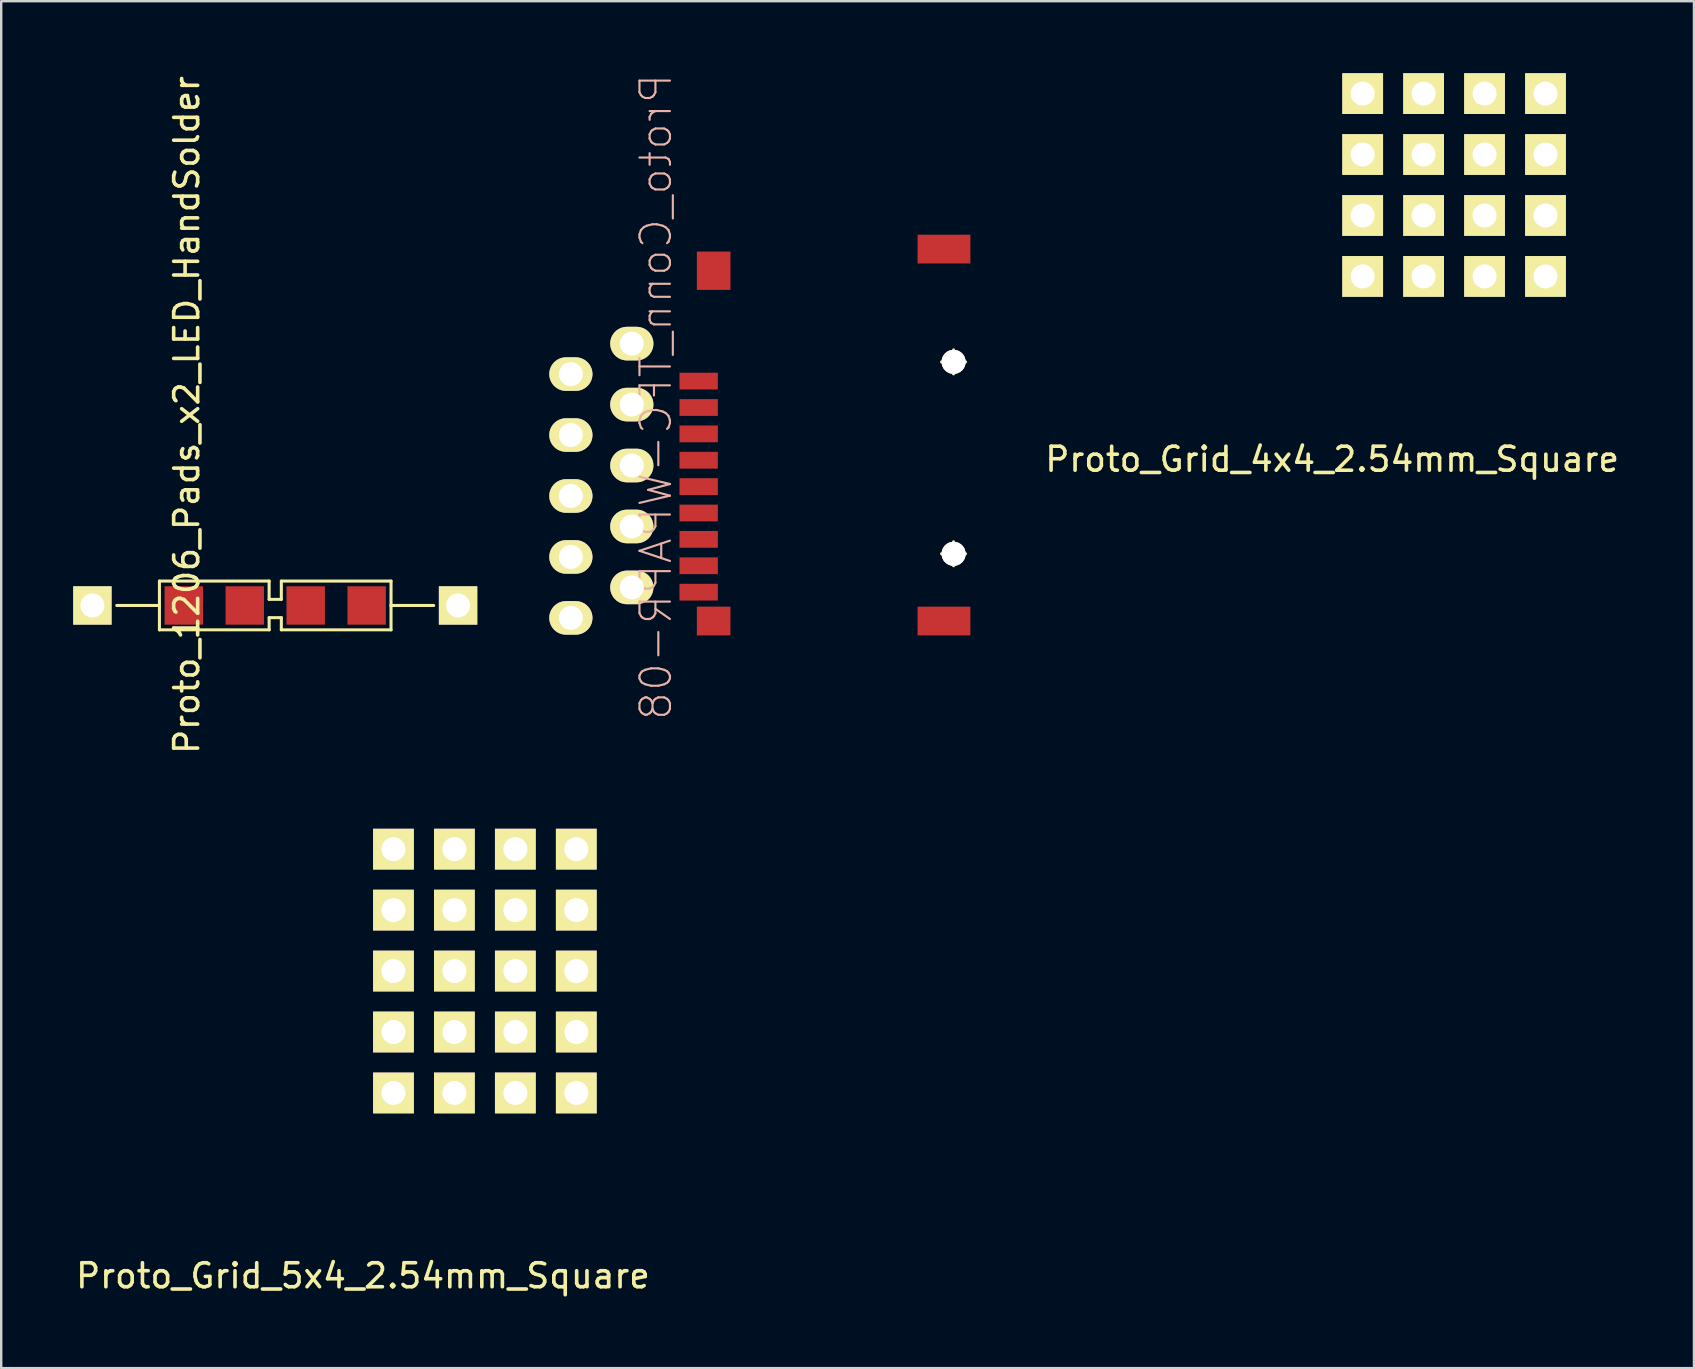
<source format=kicad_pcb>
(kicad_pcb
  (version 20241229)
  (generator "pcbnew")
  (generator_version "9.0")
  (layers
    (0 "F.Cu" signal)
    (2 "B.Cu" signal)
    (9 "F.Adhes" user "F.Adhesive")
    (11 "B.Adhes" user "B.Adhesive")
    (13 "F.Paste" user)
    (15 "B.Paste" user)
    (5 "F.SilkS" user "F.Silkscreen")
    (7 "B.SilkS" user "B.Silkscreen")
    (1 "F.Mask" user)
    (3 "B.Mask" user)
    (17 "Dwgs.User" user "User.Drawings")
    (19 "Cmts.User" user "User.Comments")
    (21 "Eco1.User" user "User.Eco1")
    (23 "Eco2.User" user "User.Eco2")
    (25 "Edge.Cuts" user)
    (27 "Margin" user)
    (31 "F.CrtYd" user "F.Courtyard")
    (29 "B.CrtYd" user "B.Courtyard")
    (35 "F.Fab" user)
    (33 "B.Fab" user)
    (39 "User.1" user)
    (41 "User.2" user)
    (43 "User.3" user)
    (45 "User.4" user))
  (footprint "Proto_Grid_5x4_2.54mm_Square"
    (layer "F.Cu")
    (at 13.347 42.498)
    (property "Reference" "Proto_Grid_5x4_2.54mm_Square" (at -1.27 7.62 180) (layer "F.SilkS") (effects (font (size 1 1) (thickness 0.15))))
    (attr through_hole)
    (pad "1" thru_hole rect (at 2.54 -5.08) (size 1.7 1.7) (drill 1) (layers "*.Cu" "*.Mask" "F.SilkS"))
    (pad "2" thru_hole rect (at 5.08 -5.08) (size 1.7 1.7) (drill 1) (layers "*.Cu" "*.Mask" "F.SilkS"))
    (pad "3" thru_hole rect (at 5.08 -2.54) (size 1.7 1.7) (drill 1) (layers "*.Cu" "*.Mask" "F.SilkS"))
    (pad "4" thru_hole rect (at 2.54 -2.54) (size 1.7 1.7) (drill 1) (layers "*.Cu" "*.Mask" "F.SilkS"))
    (pad "5" thru_hole rect (at 0 -2.54) (size 1.7 1.7) (drill 1) (layers "*.Cu" "*.Mask" "F.SilkS"))
    (pad "6" thru_hole rect (at 0 -5.08) (size 1.7 1.7) (drill 1) (layers "*.Cu" "*.Mask" "F.SilkS"))
    (pad "7" thru_hole rect (at 0 -7.62) (size 1.7 1.7) (drill 1) (layers "*.Cu" "*.Mask" "F.SilkS"))
    (pad "8" thru_hole rect (at 2.54 -7.62) (size 1.7 1.7) (drill 1) (layers "*.Cu" "*.Mask" "F.SilkS"))
    (pad "9" thru_hole rect (at 5.08 -7.62) (size 1.7 1.7) (drill 1) (layers "*.Cu" "*.Mask" "F.SilkS"))
    (pad "10" thru_hole rect (at 7.62 -7.62) (size 1.7 1.7) (drill 1) (layers "*.Cu" "*.Mask" "F.SilkS"))
    (pad "11" thru_hole rect (at 7.62 -5.08) (size 1.7 1.7) (drill 1) (layers "*.Cu" "*.Mask" "F.SilkS"))
    (pad "12" thru_hole rect (at 7.62 -2.54) (size 1.7 1.7) (drill 1) (layers "*.Cu" "*.Mask" "F.SilkS"))
    (pad "13" thru_hole rect (at 7.62 0) (size 1.7 1.7) (drill 1) (layers "*.Cu" "*.Mask" "F.SilkS"))
    (pad "14" thru_hole rect (at 5.08 0) (size 1.7 1.7) (drill 1) (layers "*.Cu" "*.Mask" "F.SilkS"))
    (pad "15" thru_hole rect (at 2.54 0) (size 1.7 1.7) (drill 1) (layers "*.Cu" "*.Mask" "F.SilkS"))
    (pad "16" thru_hole rect (at 0 0) (size 1.7 1.7) (drill 1) (layers "*.Cu" "*.Mask" "F.SilkS"))
    (pad "17" thru_hole rect (at 0 -10.16) (size 1.7 1.7) (drill 1) (layers "*.Cu" "*.Mask" "F.SilkS"))
    (pad "18" thru_hole rect (at 2.54 -10.16) (size 1.7 1.7) (drill 1) (layers "*.Cu" "*.Mask" "F.SilkS"))
    (pad "19" thru_hole rect (at 5.08 -10.16) (size 1.7 1.7) (drill 1) (layers "*.Cu" "*.Mask" "F.SilkS"))
    (pad "20" thru_hole rect (at 7.62 -10.16) (size 1.7 1.7) (drill 1) (layers "*.Cu" "*.Mask" "F.SilkS")))
  (footprint "Proto_Conn_TFC-WPAPR-08"
    (layer "F.Cu")
    (at 33.44 15.08)
    (property "Reference" "Proto_Conn_TFC-WPAPR-08" (at -9.154 -1.587 90) (layer "B.SilkS") (effects (font (size 1.27 1.27) (thickness 0.089)) (justify mirror)))
    (attr smd)
    (fp_line (start 2.748 -3.048) (end 3.749 -3.048) (stroke (width 0.127) (type solid)) (layer "F.SilkS"))
    (fp_line (start 2.748 4.948) (end 3.749 4.948) (stroke (width 0.127) (type solid)) (layer "F.SilkS"))
    (fp_line (start 3.249 -2.548) (end 3.249 -3.548) (stroke (width 0.127) (type solid)) (layer "F.SilkS"))
    (fp_line (start 3.249 5.448) (end 3.249 4.448) (stroke (width 0.127) (type solid)) (layer "F.SilkS"))
    (fp_circle (center 3.249 -3.048) (end 3.498 -3.297) (stroke (width 0.127) (type solid)) (fill no) (layer "F.SilkS"))
    (fp_circle (center 3.249 4.948) (end 3.498 5.197) (stroke (width 0.127) (type solid)) (fill no) (layer "F.SilkS"))
    (pad "0" thru_hole circle (at 3.25 -3.05) (size 1 1) (drill 1) (layers "*.Cu" "*.Mask" "F.SilkS"))
    (pad "0" thru_hole circle (at 3.25 4.95) (size 1 1) (drill 1) (layers "*.Cu" "*.Mask" "F.SilkS"))
    (pad "1" thru_hole oval (at -10.16 -3.81) (size 1.8 1.4) (drill 1) (layers "*.Cu" "*.Mask" "F.SilkS"))
    (pad "1" smd rect (at -7.374 -2.248 270) (size 0.699 1.598) (layers "F.Cu" "F.Mask" "F.Paste"))
    (pad "2" thru_hole oval (at -12.7 -2.54) (size 1.8 1.4) (drill 1) (layers "*.Cu" "*.Mask" "F.SilkS"))
    (pad "2" smd rect (at -7.374 -1.148 270) (size 0.699 1.598) (layers "F.Cu" "F.Mask" "F.Paste"))
    (pad "3" thru_hole oval (at -10.16 -1.27) (size 1.8 1.4) (drill 1) (layers "*.Cu" "*.Mask" "F.SilkS"))
    (pad "3" smd rect (at -7.374 -0.048 270) (size 0.699 1.598) (layers "F.Cu" "F.Mask" "F.Paste"))
    (pad "4" thru_hole oval (at -12.7 0) (size 1.8 1.4) (drill 1) (layers "*.Cu" "*.Mask" "F.SilkS"))
    (pad "4" smd rect (at -7.374 1.049 270) (size 0.699 1.598) (layers "F.Cu" "F.Mask" "F.Paste"))
    (pad "5" thru_hole oval (at -10.16 1.27) (size 1.8 1.4) (drill 1) (layers "*.Cu" "*.Mask" "F.SilkS"))
    (pad "5" smd rect (at -7.374 2.149 270) (size 0.699 1.598) (layers "F.Cu" "F.Mask" "F.Paste"))
    (pad "6" thru_hole oval (at -12.7 2.54) (size 1.8 1.4) (drill 1) (layers "*.Cu" "*.Mask" "F.SilkS"))
    (pad "6" smd rect (at -7.374 3.249 270) (size 0.699 1.598) (layers "F.Cu" "F.Mask" "F.Paste"))
    (pad "7" thru_hole oval (at -10.16 3.81) (size 1.8 1.4) (drill 1) (layers "*.Cu" "*.Mask" "F.SilkS"))
    (pad "7" smd rect (at -7.374 4.348 270) (size 0.699 1.598) (layers "F.Cu" "F.Mask" "F.Paste"))
    (pad "8" thru_hole oval (at -12.7 5.08) (size 1.8 1.4) (drill 1) (layers "*.Cu" "*.Mask" "F.SilkS"))
    (pad "8" smd rect (at -7.374 5.448 270) (size 0.699 1.598) (layers "F.Cu" "F.Mask" "F.Paste"))
    (pad "9" thru_hole oval (at -10.16 6.35) (size 1.8 1.4) (drill 1) (layers "*.Cu" "*.Mask" "F.SilkS"))
    (pad "9" smd rect (at -7.374 6.548 270) (size 0.699 1.598) (layers "F.Cu" "F.Mask" "F.Paste"))
    (pad "10" thru_hole oval (at -12.7 7.62) (size 1.8 1.4) (drill 1) (layers "*.Cu" "*.Mask" "F.SilkS"))
    (pad "10" smd rect (at -6.749 7.75 270) (size 1.199 1.4) (layers "F.Cu" "F.Mask" "F.Paste"))
    (pad "11" smd rect (at -6.749 -6.848 270) (size 1.598 1.4) (layers "F.Cu" "F.Mask" "F.Paste"))
    (pad "12" smd rect (at 2.85 7.75 270) (size 1.199 2.2) (layers "F.Cu" "F.Mask" "F.Paste"))
    (pad "13" smd rect (at 2.85 -7.75 270) (size 1.199 2.2) (layers "F.Cu" "F.Mask" "F.Paste")))
  (footprint "Proto_Grid_4x4_2.54mm_Square"
    (layer "F.Cu")
    (at 53.737 8.47)
    (property "Reference" "Proto_Grid_4x4_2.54mm_Square" (at -1.27 7.62 0) (layer "F.SilkS") (effects (font (size 1 1) (thickness 0.15))))
    (attr through_hole)
    (pad "1" thru_hole rect (at 2.54 -5.08) (size 1.7 1.7) (drill 1) (layers "*.Cu" "*.Mask" "F.SilkS"))
    (pad "2" thru_hole rect (at 5.08 -5.08) (size 1.7 1.7) (drill 1) (layers "*.Cu" "*.Mask" "F.SilkS"))
    (pad "3" thru_hole rect (at 5.08 -2.54) (size 1.7 1.7) (drill 1) (layers "*.Cu" "*.Mask" "F.SilkS"))
    (pad "4" thru_hole rect (at 2.54 -2.54) (size 1.7 1.7) (drill 1) (layers "*.Cu" "*.Mask" "F.SilkS"))
    (pad "5" thru_hole rect (at 0 -2.54) (size 1.7 1.7) (drill 1) (layers "*.Cu" "*.Mask" "F.SilkS"))
    (pad "6" thru_hole rect (at 0 -5.08) (size 1.7 1.7) (drill 1) (layers "*.Cu" "*.Mask" "F.SilkS"))
    (pad "7" thru_hole rect (at 0 -7.62) (size 1.7 1.7) (drill 1) (layers "*.Cu" "*.Mask" "F.SilkS"))
    (pad "8" thru_hole rect (at 2.54 -7.62) (size 1.7 1.7) (drill 1) (layers "*.Cu" "*.Mask" "F.SilkS"))
    (pad "9" thru_hole rect (at 5.08 -7.62) (size 1.7 1.7) (drill 1) (layers "*.Cu" "*.Mask" "F.SilkS"))
    (pad "10" thru_hole rect (at 7.62 -7.62) (size 1.7 1.7) (drill 1) (layers "*.Cu" "*.Mask" "F.SilkS"))
    (pad "11" thru_hole rect (at 7.62 -5.08) (size 1.7 1.7) (drill 1) (layers "*.Cu" "*.Mask" "F.SilkS"))
    (pad "12" thru_hole rect (at 7.62 -2.54) (size 1.7 1.7) (drill 1) (layers "*.Cu" "*.Mask" "F.SilkS"))
    (pad "13" thru_hole rect (at 7.62 0) (size 1.7 1.7) (drill 1) (layers "*.Cu" "*.Mask" "F.SilkS"))
    (pad "14" thru_hole rect (at 5.08 0) (size 1.7 1.7) (drill 1) (layers "*.Cu" "*.Mask" "F.SilkS"))
    (pad "15" thru_hole rect (at 2.54 0) (size 1.7 1.7) (drill 1) (layers "*.Cu" "*.Mask" "F.SilkS"))
    (pad "16" thru_hole rect (at 0 0) (size 1.7 1.7) (drill 1) (layers "*.Cu" "*.Mask" "F.SilkS")))
  (footprint "Proto_1206_Pads_x2_LED_HandSolder"
    (layer "F.Cu")
    (at 8.42 22.182)
    (property "Reference" "Proto_1206_Pads_x2_LED_HandSolder" (at -3.688 -7.938 90) (layer "F.SilkS") (effects (font (size 1 1) (thickness 0.15))))
    (attr smd)
    (fp_line (start -6.604 0) (end -4.826 0) (stroke (width 0.127) (type solid)) (layer "F.SilkS"))
    (fp_line (start -4.826 -1.016) (end -0.254 -1.016) (stroke (width 0.127) (type solid)) (layer "F.SilkS"))
    (fp_line (start -4.826 0) (end -4.826 -1.016) (stroke (width 0.127) (type solid)) (layer "F.SilkS"))
    (fp_line (start -4.826 1.016) (end -4.826 0) (stroke (width 0.127) (type solid)) (layer "F.SilkS"))
    (fp_line (start -0.254 -1.016) (end -0.254 -0.254) (stroke (width 0.127) (type solid)) (layer "F.SilkS"))
    (fp_line (start -0.254 -0.254) (end 0.254 -0.254) (stroke (width 0.127) (type solid)) (layer "F.SilkS"))
    (fp_line (start -0.254 0.508) (end -0.254 1.016) (stroke (width 0.127) (type solid)) (layer "F.SilkS"))
    (fp_line (start -0.254 1.016) (end -4.826 1.016) (stroke (width 0.127) (type solid)) (layer "F.SilkS"))
    (fp_line (start 0.254 -1.016) (end 4.826 -1.016) (stroke (width 0.127) (type solid)) (layer "F.SilkS"))
    (fp_line (start 0.254 -0.254) (end 0.254 -1.016) (stroke (width 0.127) (type solid)) (layer "F.SilkS"))
    (fp_line (start 0.254 0.508) (end -0.254 0.508) (stroke (width 0.127) (type solid)) (layer "F.SilkS"))
    (fp_line (start 0.254 1.016) (end 0.254 0.508) (stroke (width 0.127) (type solid)) (layer "F.SilkS"))
    (fp_line (start 4.826 -1.016) (end 4.826 0) (stroke (width 0.127) (type solid)) (layer "F.SilkS"))
    (fp_line (start 4.826 0) (end 4.826 1.016) (stroke (width 0.127) (type solid)) (layer "F.SilkS"))
    (fp_line (start 4.826 0) (end 6.604 0) (stroke (width 0.127) (type solid)) (layer "F.SilkS"))
    (fp_line (start 4.826 1.016) (end 0.254 1.016) (stroke (width 0.127) (type solid)) (layer "F.SilkS"))
    (pad "1" thru_hole rect (at -7.62 0) (size 1.6 1.6) (drill 1) (layers "*.Cu" "*.Mask" "F.SilkS"))
    (pad "1" smd rect (at -3.81 0) (size 1.6 1.6) (layers "F.Cu" "F.Mask" "F.Paste"))
    (pad "2" smd rect (at 3.81 0) (size 1.6 1.6) (layers "F.Cu" "F.Mask" "F.Paste"))
    (pad "2" thru_hole rect (at 7.62 0) (size 1.6 1.6) (drill 1) (layers "*.Cu" "*.Mask" "F.SilkS"))
    (pad "3" smd rect (at -1.27 0) (size 1.6 1.6) (layers "F.Cu" "F.Mask" "F.Paste"))
    (pad "3" smd rect (at 1.27 0) (size 1.6 1.6) (layers "F.Cu" "F.Mask" "F.Paste")))
  (gr_rect
    (start -3 -3)
    (end 67.544 53.966)
    (stroke (width 0.1) (type default))
    (fill no)
    (layer "Edge.Cuts")))
</source>
